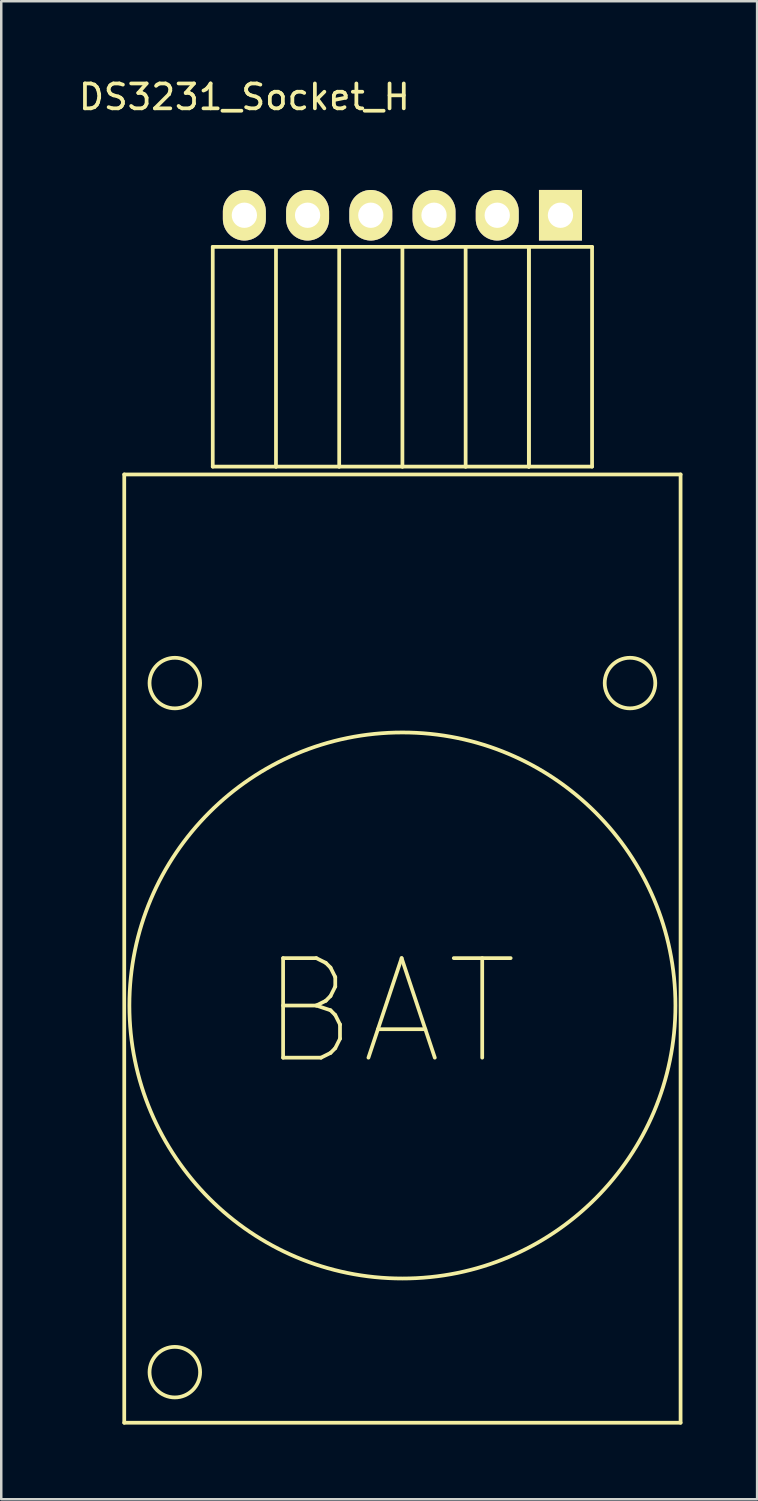
<source format=kicad_pcb>
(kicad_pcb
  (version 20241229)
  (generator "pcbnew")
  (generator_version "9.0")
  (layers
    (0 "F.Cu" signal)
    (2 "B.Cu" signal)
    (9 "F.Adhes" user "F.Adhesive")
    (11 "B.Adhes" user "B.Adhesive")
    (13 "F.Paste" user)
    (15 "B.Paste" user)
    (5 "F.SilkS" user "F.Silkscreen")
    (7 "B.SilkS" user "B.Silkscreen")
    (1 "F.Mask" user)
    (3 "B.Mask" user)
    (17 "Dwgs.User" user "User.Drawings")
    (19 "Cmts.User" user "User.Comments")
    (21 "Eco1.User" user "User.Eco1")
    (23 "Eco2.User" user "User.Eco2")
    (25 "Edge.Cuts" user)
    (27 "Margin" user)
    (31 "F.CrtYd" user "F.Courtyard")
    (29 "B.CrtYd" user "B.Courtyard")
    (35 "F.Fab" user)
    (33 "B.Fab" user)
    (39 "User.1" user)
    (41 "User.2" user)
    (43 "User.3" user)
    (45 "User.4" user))
  (footprint "DS3231_Socket_H"
    (layer "F.Cu")
    (at 6.768 5.598)
    (property "Reference" "DS3231_Socket_H" (at 0 -4.75 0) (layer "F.SilkS") (effects (font (size 1 1) (thickness 0.15))))
    (attr through_hole)
    (fp_line (start -4.826 10.414) (end -4.826 48.514) (stroke (width 0.15) (type solid)) (layer "F.SilkS"))
    (fp_line (start -4.826 48.514) (end 17.526 48.514) (stroke (width 0.15) (type solid)) (layer "F.SilkS"))
    (fp_line (start -1.27 10.1) (end -1.27 1.27) (stroke (width 0.15) (type solid)) (layer "F.SilkS"))
    (fp_line (start 1.27 1.27) (end -1.27 1.27) (stroke (width 0.15) (type solid)) (layer "F.SilkS"))
    (fp_line (start 1.27 10.1) (end -1.27 10.1) (stroke (width 0.15) (type solid)) (layer "F.SilkS"))
    (fp_line (start 1.27 10.1) (end 1.27 1.27) (stroke (width 0.15) (type solid)) (layer "F.SilkS"))
    (fp_line (start 3.81 1.27) (end 1.27 1.27) (stroke (width 0.15) (type solid)) (layer "F.SilkS"))
    (fp_line (start 3.81 10.1) (end 1.27 10.1) (stroke (width 0.15) (type solid)) (layer "F.SilkS"))
    (fp_line (start 3.81 10.1) (end 3.81 1.27) (stroke (width 0.15) (type solid)) (layer "F.SilkS"))
    (fp_line (start 6.35 1.27) (end 3.81 1.27) (stroke (width 0.15) (type solid)) (layer "F.SilkS"))
    (fp_line (start 6.35 10.1) (end 3.81 10.1) (stroke (width 0.15) (type solid)) (layer "F.SilkS"))
    (fp_line (start 6.35 10.1) (end 6.35 1.27) (stroke (width 0.15) (type solid)) (layer "F.SilkS"))
    (fp_line (start 8.89 1.27) (end 6.35 1.27) (stroke (width 0.15) (type solid)) (layer "F.SilkS"))
    (fp_line (start 8.89 10.1) (end 6.35 10.1) (stroke (width 0.15) (type solid)) (layer "F.SilkS"))
    (fp_line (start 8.89 10.1) (end 8.89 1.27) (stroke (width 0.15) (type solid)) (layer "F.SilkS"))
    (fp_line (start 11.43 1.27) (end 8.89 1.27) (stroke (width 0.15) (type solid)) (layer "F.SilkS"))
    (fp_line (start 11.43 1.27) (end 11.43 10.1) (stroke (width 0.15) (type solid)) (layer "F.SilkS"))
    (fp_line (start 11.43 10.1) (end 8.89 10.1) (stroke (width 0.15) (type solid)) (layer "F.SilkS"))
    (fp_line (start 11.43 10.1) (end 11.43 1.27) (stroke (width 0.15) (type solid)) (layer "F.SilkS"))
    (fp_line (start 13.97 1.27) (end 11.43 1.27) (stroke (width 0.15) (type solid)) (layer "F.SilkS"))
    (fp_line (start 13.97 1.27) (end 13.97 10.1) (stroke (width 0.15) (type solid)) (layer "F.SilkS"))
    (fp_line (start 13.97 10.1) (end 11.43 10.1) (stroke (width 0.15) (type solid)) (layer "F.SilkS"))
    (fp_line (start 17.526 10.414) (end -4.826 10.414) (stroke (width 0.15) (type solid)) (layer "F.SilkS"))
    (fp_line (start 17.526 48.514) (end 17.526 10.414) (stroke (width 0.15) (type solid)) (layer "F.SilkS"))
    (fp_circle (center -2.794 18.796) (end -1.778 18.796) (stroke (width 0.15) (type solid)) (fill no) (layer "F.SilkS"))
    (fp_circle (center -2.794 46.482) (end -1.778 46.482) (stroke (width 0.15) (type solid)) (fill no) (layer "F.SilkS"))
    (fp_circle (center 6.35 31.75) (end 17.272 30.734) (stroke (width 0.15) (type solid)) (fill no) (layer "F.SilkS"))
    (fp_circle (center 15.494 18.796) (end 16.51 18.796) (stroke (width 0.15) (type solid)) (fill no) (layer "F.SilkS"))
    (fp_text user "BAT" (at 5.842 32.004 0) (layer "F.SilkS") (effects (font (size 4 4) (thickness 0.15))))
    (pad "1" thru_hole rect (at 12.7 0 180) (size 1.727 2.032) (drill 1.016) (layers "*.Cu" "*.Mask" "F.SilkS"))
    (pad "2" thru_hole oval (at 10.16 0 180) (size 1.727 2.032) (drill 1.016) (layers "*.Cu" "*.Mask" "F.SilkS"))
    (pad "3" thru_hole oval (at 7.62 0 180) (size 1.727 2.032) (drill 1.016) (layers "*.Cu" "*.Mask" "F.SilkS"))
    (pad "4" thru_hole oval (at 5.08 0 180) (size 1.727 2.032) (drill 1.016) (layers "*.Cu" "*.Mask" "F.SilkS"))
    (pad "5" thru_hole oval (at 2.54 0 180) (size 1.727 2.032) (drill 1.016) (layers "*.Cu" "*.Mask" "F.SilkS"))
    (pad "6" thru_hole oval (at 0 0 180) (size 1.727 2.032) (drill 1.016) (layers "*.Cu" "*.Mask" "F.SilkS")))
  (gr_rect
    (start -3 -3)
    (end 27.369 57.187)
    (stroke (width 0.1) (type default))
    (fill no)
    (layer "Edge.Cuts")))
</source>
